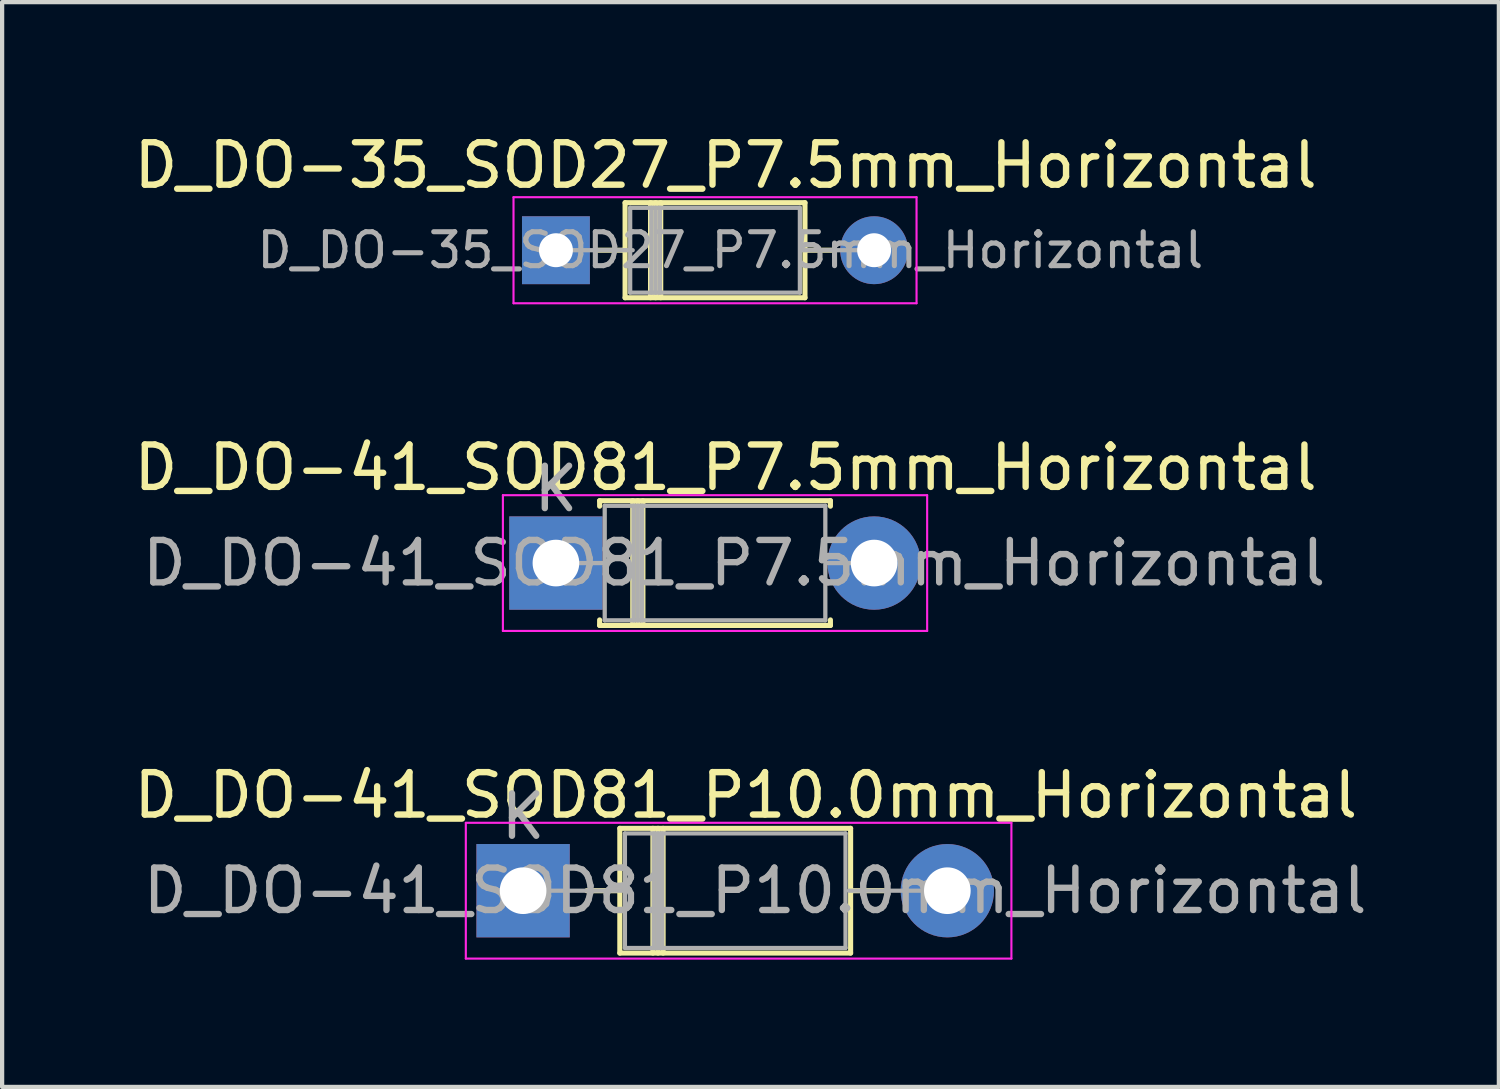
<source format=kicad_pcb>
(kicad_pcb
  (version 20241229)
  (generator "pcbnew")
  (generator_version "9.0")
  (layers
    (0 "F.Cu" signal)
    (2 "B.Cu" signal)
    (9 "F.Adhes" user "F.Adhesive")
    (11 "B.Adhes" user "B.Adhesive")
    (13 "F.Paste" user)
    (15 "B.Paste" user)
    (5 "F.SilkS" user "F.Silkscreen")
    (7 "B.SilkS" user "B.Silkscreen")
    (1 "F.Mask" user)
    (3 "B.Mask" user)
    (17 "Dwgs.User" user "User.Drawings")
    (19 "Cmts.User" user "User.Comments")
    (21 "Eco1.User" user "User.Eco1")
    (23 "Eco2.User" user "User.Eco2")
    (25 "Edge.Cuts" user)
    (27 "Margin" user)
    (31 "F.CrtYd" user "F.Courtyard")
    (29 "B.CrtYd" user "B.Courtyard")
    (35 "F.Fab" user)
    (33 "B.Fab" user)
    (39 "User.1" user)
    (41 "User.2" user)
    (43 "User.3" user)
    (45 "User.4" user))
  (footprint "D_DO-41_SOD81_P10.0mm_Horizontal"
    (layer "F.Cu")
    (at 9.28 17.945)
    (property "Reference" "D_DO-41_SOD81_P10.0mm_Horizontal" (at 5.25 -2.25 0) (layer "F.SilkS") (effects (font (size 1 1) (thickness 0.15))))
    (attr through_hole)
    (fp_line (start 1.5 0) (end 2.28 0) (stroke (width 0.12) (type solid)) (layer "F.SilkS"))
    (fp_line (start 2.28 -1.47) (end 2.28 1.47) (stroke (width 0.12) (type solid)) (layer "F.SilkS"))
    (fp_line (start 2.28 1.47) (end 7.72 1.47) (stroke (width 0.12) (type solid)) (layer "F.SilkS"))
    (fp_line (start 3.06 -1.47) (end 3.06 1.47) (stroke (width 0.12) (type solid)) (layer "F.SilkS"))
    (fp_line (start 3.18 -1.47) (end 3.18 1.47) (stroke (width 0.12) (type solid)) (layer "F.SilkS"))
    (fp_line (start 3.3 -1.47) (end 3.3 1.47) (stroke (width 0.12) (type solid)) (layer "F.SilkS"))
    (fp_line (start 7.72 -1.47) (end 2.28 -1.47) (stroke (width 0.12) (type solid)) (layer "F.SilkS"))
    (fp_line (start 7.72 1.47) (end 7.72 -1.47) (stroke (width 0.12) (type solid)) (layer "F.SilkS"))
    (fp_line (start 8.5 0) (end 7.72 0) (stroke (width 0.12) (type solid)) (layer "F.SilkS"))
    (fp_line (start -1.35 -1.6) (end -1.35 1.6) (stroke (width 0.05) (type solid)) (layer "F.CrtYd"))
    (fp_line (start -1.35 1.6) (end 11.51 1.6) (stroke (width 0.05) (type solid)) (layer "F.CrtYd"))
    (fp_line (start 11.51 -1.6) (end -1.35 -1.6) (stroke (width 0.05) (type solid)) (layer "F.CrtYd"))
    (fp_line (start 11.51 1.6) (end 11.51 -1.6) (stroke (width 0.05) (type solid)) (layer "F.CrtYd"))
    (fp_line (start 0 0) (end 2.48 0) (stroke (width 0.1) (type solid)) (layer "F.Fab"))
    (fp_line (start 2.4 -1.35) (end 2.4 1.35) (stroke (width 0.1) (type solid)) (layer "F.Fab"))
    (fp_line (start 2.4 1.35) (end 7.6 1.35) (stroke (width 0.1) (type solid)) (layer "F.Fab"))
    (fp_line (start 3.08 -1.35) (end 3.08 1.35) (stroke (width 0.1) (type solid)) (layer "F.Fab"))
    (fp_line (start 3.18 -1.35) (end 3.18 1.35) (stroke (width 0.1) (type solid)) (layer "F.Fab"))
    (fp_line (start 3.28 -1.35) (end 3.28 1.35) (stroke (width 0.1) (type solid)) (layer "F.Fab"))
    (fp_line (start 7.6 -1.35) (end 2.4 -1.35) (stroke (width 0.1) (type solid)) (layer "F.Fab"))
    (fp_line (start 7.6 1.35) (end 7.6 -1.35) (stroke (width 0.1) (type solid)) (layer "F.Fab"))
    (fp_line (start 10.16 0) (end 7.68 0) (stroke (width 0.1) (type solid)) (layer "F.Fab"))
    (fp_text user "K" (at 0 -1.75 0) (layer "F.Fab") (effects (font (size 1 1) (thickness 0.15))))
    (fp_text user "${REFERENCE}" (at 5.47 0 0) (layer "F.Fab") (effects (font (size 1 1) (thickness 0.15))))
    (pad "1" thru_hole rect (at 0 0) (size 2.2 2.2) (drill 1.1) (layers "*.Cu" "*.Mask"))
    (pad "2" thru_hole oval (at 10 0) (size 2.2 2.2) (drill 1.1) (layers "*.Cu" "*.Mask")))
  (footprint "D_DO-41_SOD81_P7.5mm_Horizontal"
    (layer "F.Cu")
    (at 10.054 10.222)
    (property "Reference" "D_DO-41_SOD81_P7.5mm_Horizontal" (at 4 -2.25 0) (layer "F.SilkS") (effects (font (size 1 1) (thickness 0.15))))
    (attr through_hole)
    (fp_line (start 1.03 -1.47) (end 6.47 -1.47) (stroke (width 0.12) (type solid)) (layer "F.SilkS"))
    (fp_line (start 1.03 -1.34) (end 1.03 -1.47) (stroke (width 0.12) (type solid)) (layer "F.SilkS"))
    (fp_line (start 1.03 1.34) (end 1.03 1.47) (stroke (width 0.12) (type solid)) (layer "F.SilkS"))
    (fp_line (start 1.03 1.47) (end 6.47 1.47) (stroke (width 0.12) (type solid)) (layer "F.SilkS"))
    (fp_line (start 1.81 -1.47) (end 1.81 1.47) (stroke (width 0.12) (type solid)) (layer "F.SilkS"))
    (fp_line (start 1.93 -1.47) (end 1.93 1.47) (stroke (width 0.12) (type solid)) (layer "F.SilkS"))
    (fp_line (start 2.05 -1.47) (end 2.05 1.47) (stroke (width 0.12) (type solid)) (layer "F.SilkS"))
    (fp_line (start 6.47 -1.47) (end 6.47 -1.34) (stroke (width 0.12) (type solid)) (layer "F.SilkS"))
    (fp_line (start 6.47 1.47) (end 6.47 1.34) (stroke (width 0.12) (type solid)) (layer "F.SilkS"))
    (fp_line (start -1.25 -1.6) (end -1.25 1.6) (stroke (width 0.05) (type solid)) (layer "F.CrtYd"))
    (fp_line (start -1.25 1.6) (end 8.75 1.6) (stroke (width 0.05) (type solid)) (layer "F.CrtYd"))
    (fp_line (start 8.75 -1.6) (end -1.25 -1.6) (stroke (width 0.05) (type solid)) (layer "F.CrtYd"))
    (fp_line (start 8.75 1.6) (end 8.75 -1.6) (stroke (width 0.05) (type solid)) (layer "F.CrtYd"))
    (fp_line (start 0 0) (end 1.21 0) (stroke (width 0.1) (type solid)) (layer "F.Fab"))
    (fp_line (start 1.15 -1.35) (end 1.15 1.35) (stroke (width 0.1) (type solid)) (layer "F.Fab"))
    (fp_line (start 1.15 1.35) (end 6.35 1.35) (stroke (width 0.1) (type solid)) (layer "F.Fab"))
    (fp_line (start 1.83 -1.35) (end 1.83 1.35) (stroke (width 0.1) (type solid)) (layer "F.Fab"))
    (fp_line (start 1.93 -1.35) (end 1.93 1.35) (stroke (width 0.1) (type solid)) (layer "F.Fab"))
    (fp_line (start 2.03 -1.35) (end 2.03 1.35) (stroke (width 0.1) (type solid)) (layer "F.Fab"))
    (fp_line (start 6.35 -1.35) (end 1.15 -1.35) (stroke (width 0.1) (type solid)) (layer "F.Fab"))
    (fp_line (start 6.35 1.35) (end 6.35 -1.35) (stroke (width 0.1) (type solid)) (layer "F.Fab"))
    (fp_line (start 7.62 0) (end 6.41 0) (stroke (width 0.1) (type solid)) (layer "F.Fab"))
    (fp_text user "K" (at 0 -1.75 0) (layer "F.Fab") (effects (font (size 1 1) (thickness 0.15))))
    (fp_text user "${REFERENCE}" (at 4.2 0 0) (layer "F.Fab") (effects (font (size 1 1) (thickness 0.15))))
    (pad "1" thru_hole rect (at 0 0) (size 2.2 2.2) (drill 1.1) (layers "*.Cu" "*.Mask"))
    (pad "2" thru_hole oval (at 7.5 0) (size 2.2 2.2) (drill 1.1) (layers "*.Cu" "*.Mask")))
  (footprint "D_DO-35_SOD27_P7.5mm_Horizontal"
    (layer "F.Cu")
    (at 10.054 2.848)
    (property "Reference" "D_DO-35_SOD27_P7.5mm_Horizontal" (at 4 -2 0) (layer "F.SilkS") (effects (font (size 1 1) (thickness 0.15))))
    (attr through_hole)
    (fp_line (start 0.98 0) (end 1.63 0) (stroke (width 0.12) (type solid)) (layer "F.SilkS"))
    (fp_line (start 1.63 -1.12) (end 1.63 1.12) (stroke (width 0.12) (type solid)) (layer "F.SilkS"))
    (fp_line (start 1.63 1.12) (end 5.87 1.12) (stroke (width 0.12) (type solid)) (layer "F.SilkS"))
    (fp_line (start 2.23 -1.12) (end 2.23 1.12) (stroke (width 0.12) (type solid)) (layer "F.SilkS"))
    (fp_line (start 2.35 -1.12) (end 2.35 1.12) (stroke (width 0.12) (type solid)) (layer "F.SilkS"))
    (fp_line (start 2.47 -1.12) (end 2.47 1.12) (stroke (width 0.12) (type solid)) (layer "F.SilkS"))
    (fp_line (start 5.87 -1.12) (end 1.63 -1.12) (stroke (width 0.12) (type solid)) (layer "F.SilkS"))
    (fp_line (start 5.87 1.12) (end 5.87 -1.12) (stroke (width 0.12) (type solid)) (layer "F.SilkS"))
    (fp_line (start 6.52 0) (end 5.87 0) (stroke (width 0.12) (type solid)) (layer "F.SilkS"))
    (fp_line (start -1 -1.25) (end -1 1.25) (stroke (width 0.05) (type solid)) (layer "F.CrtYd"))
    (fp_line (start -1 1.25) (end 8.5 1.25) (stroke (width 0.05) (type solid)) (layer "F.CrtYd"))
    (fp_line (start 8.5 -1.25) (end -1 -1.25) (stroke (width 0.05) (type solid)) (layer "F.CrtYd"))
    (fp_line (start 8.5 1.25) (end 8.5 -1.25) (stroke (width 0.05) (type solid)) (layer "F.CrtYd"))
    (fp_line (start 0 0) (end 1.81 0) (stroke (width 0.1) (type solid)) (layer "F.Fab"))
    (fp_line (start 1.75 -1) (end 1.75 1) (stroke (width 0.1) (type solid)) (layer "F.Fab"))
    (fp_line (start 1.75 1) (end 5.75 1) (stroke (width 0.1) (type solid)) (layer "F.Fab"))
    (fp_line (start 2.25 -1) (end 2.25 1) (stroke (width 0.1) (type solid)) (layer "F.Fab"))
    (fp_line (start 2.35 -1) (end 2.35 1) (stroke (width 0.1) (type solid)) (layer "F.Fab"))
    (fp_line (start 2.45 -1) (end 2.45 1) (stroke (width 0.1) (type solid)) (layer "F.Fab"))
    (fp_line (start 5.75 -1) (end 1.75 -1) (stroke (width 0.1) (type solid)) (layer "F.Fab"))
    (fp_line (start 5.75 1) (end 5.75 -1) (stroke (width 0.1) (type solid)) (layer "F.Fab"))
    (fp_line (start 7.62 0) (end 5.81 0) (stroke (width 0.1) (type solid)) (layer "F.Fab"))
    (fp_text user "${REFERENCE}" (at 4.11 0 0) (layer "F.Fab") (effects (font (size 0.8 0.8) (thickness 0.12))))
    (pad "1" thru_hole rect (at 0 0) (size 1.6 1.6) (drill 0.8) (layers "*.Cu" "*.Mask"))
    (pad "2" thru_hole oval (at 7.5 0) (size 1.6 1.6) (drill 0.8) (layers "*.Cu" "*.Mask")))
  (gr_rect
    (start -3 -3)
    (end 32.28 22.57)
    (stroke (width 0.1) (type default))
    (fill no)
    (layer "Edge.Cuts")))
</source>
